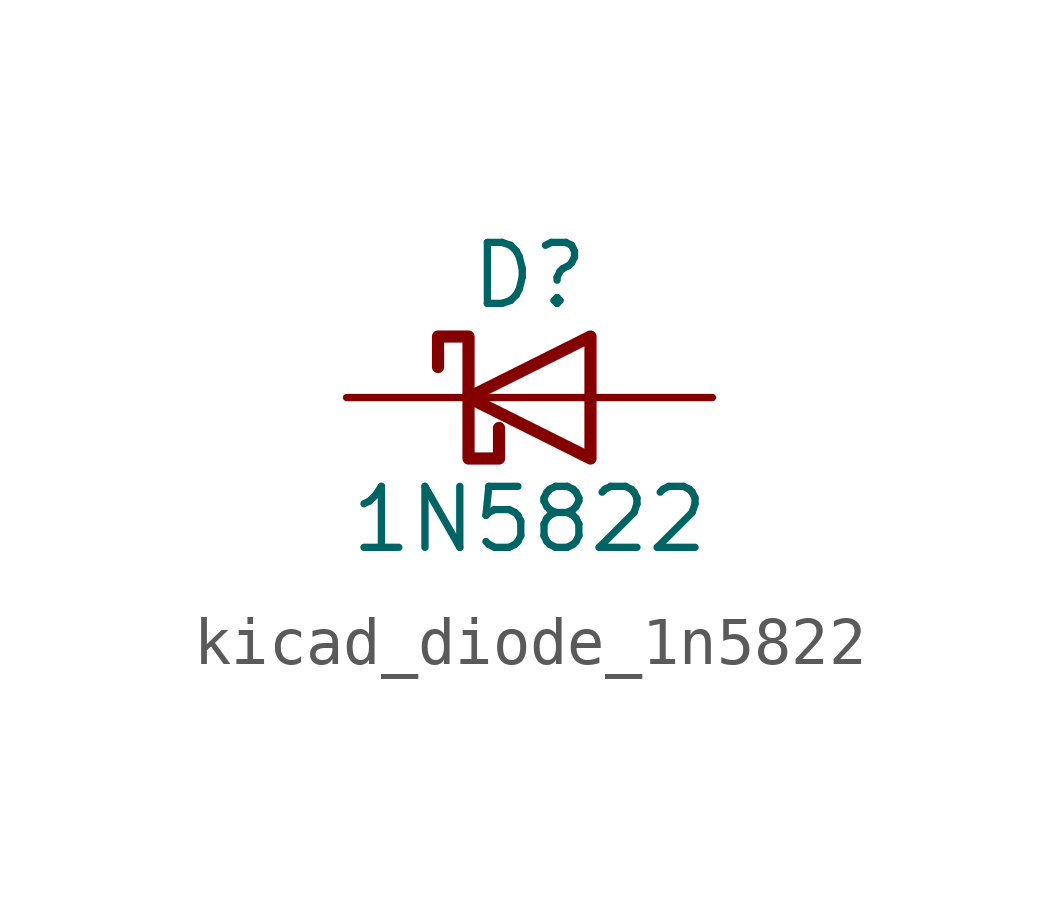
<source format=kicad_sym>
(kicad_symbol_lib
  (version 20220914)
  (generator kicad_symbol_editor)
  (symbol "kicad_diode_1n5822"
    (pin_numbers hide)
    (pin_names
      (offset 1.016) hide)
    (property "Reference" "D"
      (at 0 2.54 0)
      (effects (font (size 1.27 1.27))))
    (property "Value" "1N5822"
      (at 0 -2.54 0)
      (effects (font (size 1.27 1.27))))
    (symbol "kicad_diode_1n5822_0_1"
      (polyline (pts (xy 1.27 0) (xy -1.27 0)) (stroke (width 0) (type default)) (fill (type none)))
      (polyline (pts (xy 1.27 1.27) (xy 1.27 -1.27) (xy -1.27 0) (xy 1.27 1.27)) (stroke (width 0.254) (type default)) (fill (type none)))
      (polyline (pts (xy -1.905 0.635) (xy -1.905 1.27) (xy -1.27 1.27) (xy -1.27 -1.27) (xy -0.635 -1.27) (xy -0.635 -0.635)) (stroke (width 0.254) (type default)) (fill (type none))))
    (symbol "kicad_diode_1n5822_1_1"
      (pin passive line (at -3.81 0 0) (length 2.54) (name "K" (effects (font (size 1.27 1.27)))) (number "1" (effects (font (size 1.27 1.27)))))
      (pin passive line (at 3.81 0 180) (length 2.54) (name "A" (effects (font (size 1.27 1.27)))) (number "2" (effects (font (size 1.27 1.27))))))))
</source>
